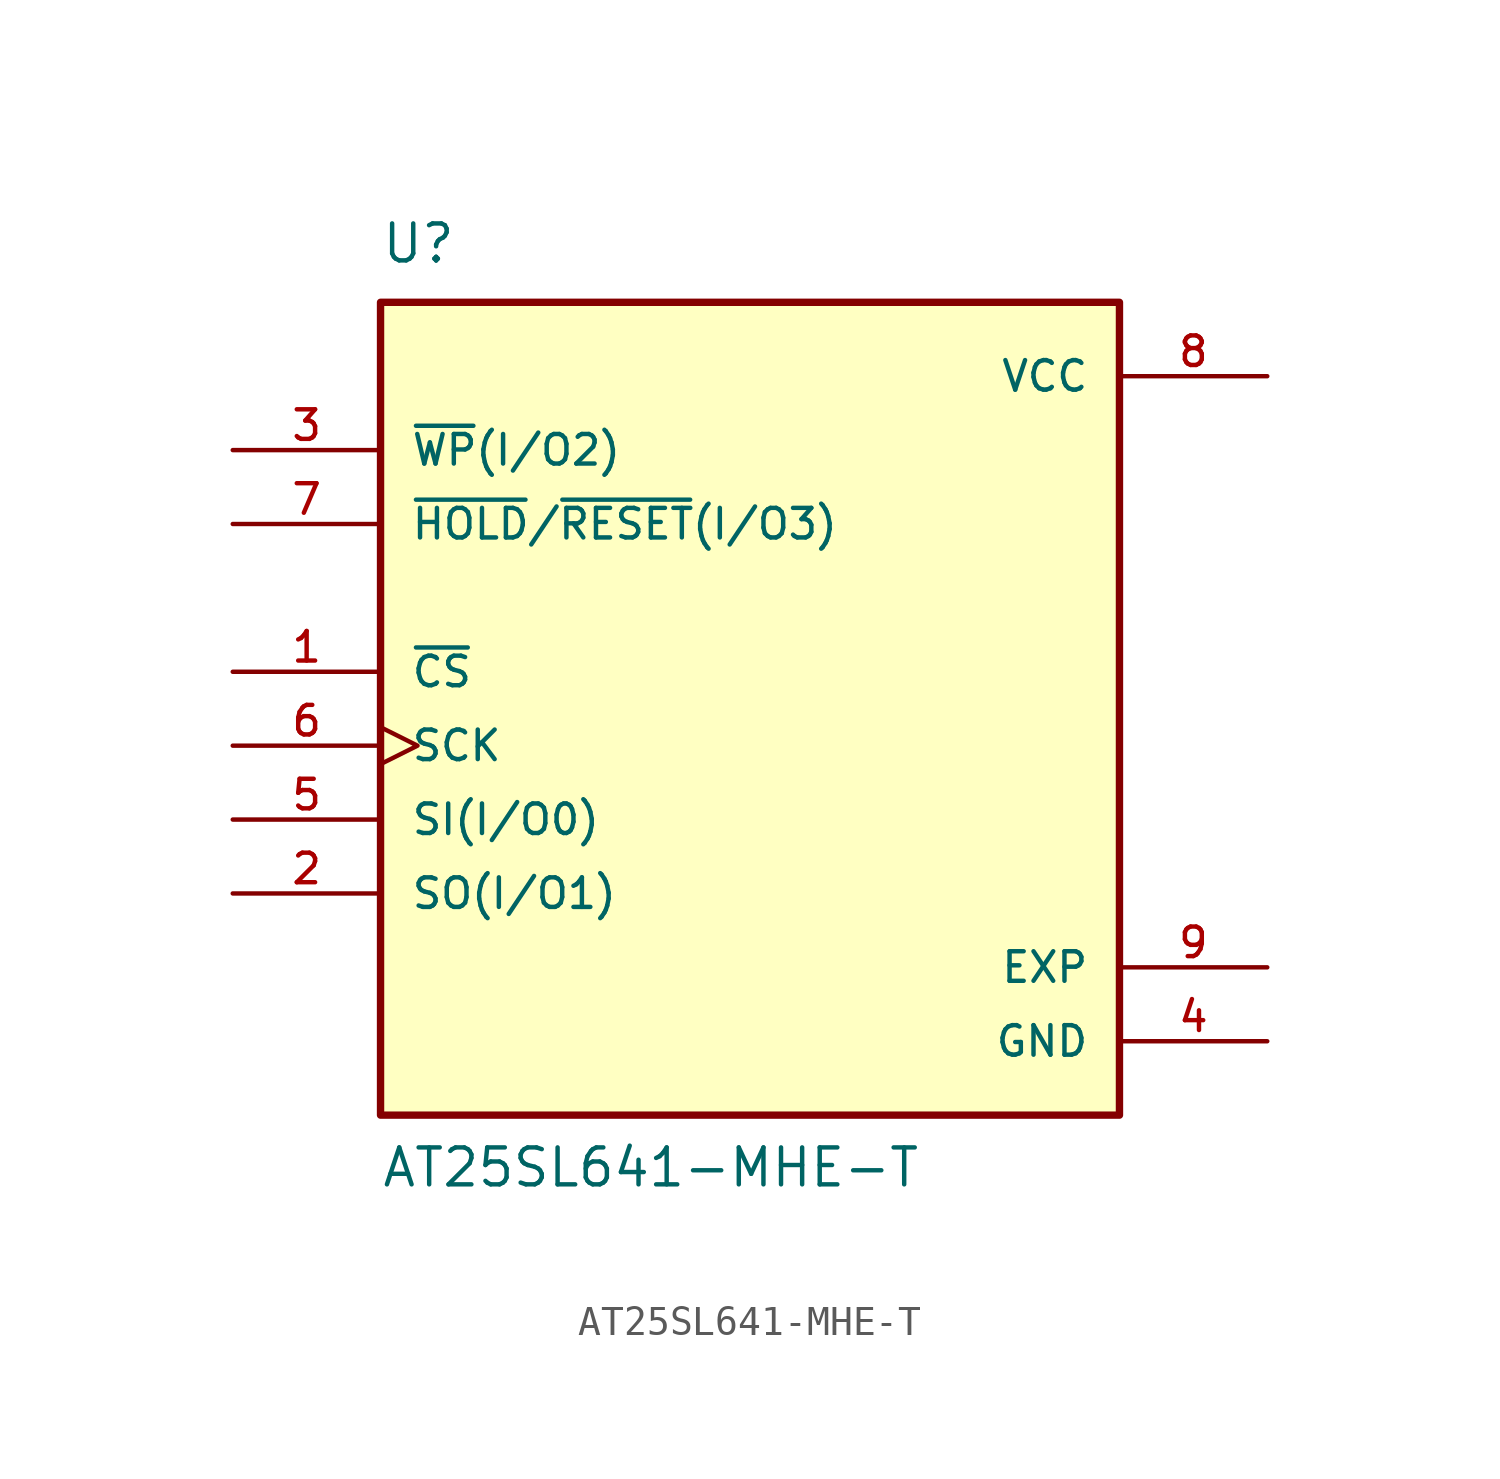
<source format=kicad_sym>
(kicad_symbol_lib
  (version 20211014)
  (generator kicad_symbol_editor)
  (symbol "AT25SL641-MHE-T"
    (pin_names
      (offset 1.016))
    (property "Reference" "U"
      (at -12.704 13.978 0)
      (effects (font (size 1.27 1.27)) (justify bottom left)))
    (property "Value" "AT25SL641-MHE-T"
      (at -12.701 -17.783 0)
      (effects (font (size 1.27 1.27)) (justify bottom left)))
    (symbol "AT25SL641-MHE-T_0_0"
      (rectangle (start -12.7 -15.24) (end 12.7 12.7) (stroke (width 0.254)) (fill (type background)))
      (pin input line (at -17.78 0.0 0) (length 5.08) (name "~{CS}" (effects (font (size 1.016 1.016)))) (number "1" (effects (font (size 1.016 1.016)))))
      (pin power_in line (at 17.78 10.16 180.0) (length 5.08) (name "VCC" (effects (font (size 1.016 1.016)))) (number "8" (effects (font (size 1.016 1.016)))))
      (pin power_in line (at 17.78 -12.7 180.0) (length 5.08) (name "GND" (effects (font (size 1.016 1.016)))) (number "4" (effects (font (size 1.016 1.016)))))
      (pin bidirectional line (at -17.78 -7.62 0) (length 5.08) (name "SO(I/O1)" (effects (font (size 1.016 1.016)))) (number "2" (effects (font (size 1.016 1.016)))))
      (pin bidirectional line (at -17.78 7.62 0) (length 5.08) (name "~{WP}(I/O2)" (effects (font (size 1.016 1.016)))) (number "3" (effects (font (size 1.016 1.016)))))
      (pin bidirectional line (at -17.78 -5.08 0) (length 5.08) (name "SI(I/O0)" (effects (font (size 1.016 1.016)))) (number "5" (effects (font (size 1.016 1.016)))))
      (pin bidirectional line (at -17.78 5.08 0) (length 5.08) (name "~{HOLD}/~{RESET}(I/O3)" (effects (font (size 1.016 1.016)))) (number "7" (effects (font (size 1.016 1.016)))))
      (pin input clock (at -17.78 -2.54 0) (length 5.08) (name "SCK" (effects (font (size 1.016 1.016)))) (number "6" (effects (font (size 1.016 1.016)))))
      (pin power_in line (at 17.78 -10.16 180.0) (length 5.08) (name "EXP" (effects (font (size 1.016 1.016)))) (number "9" (effects (font (size 1.016 1.016))))))))
</source>
